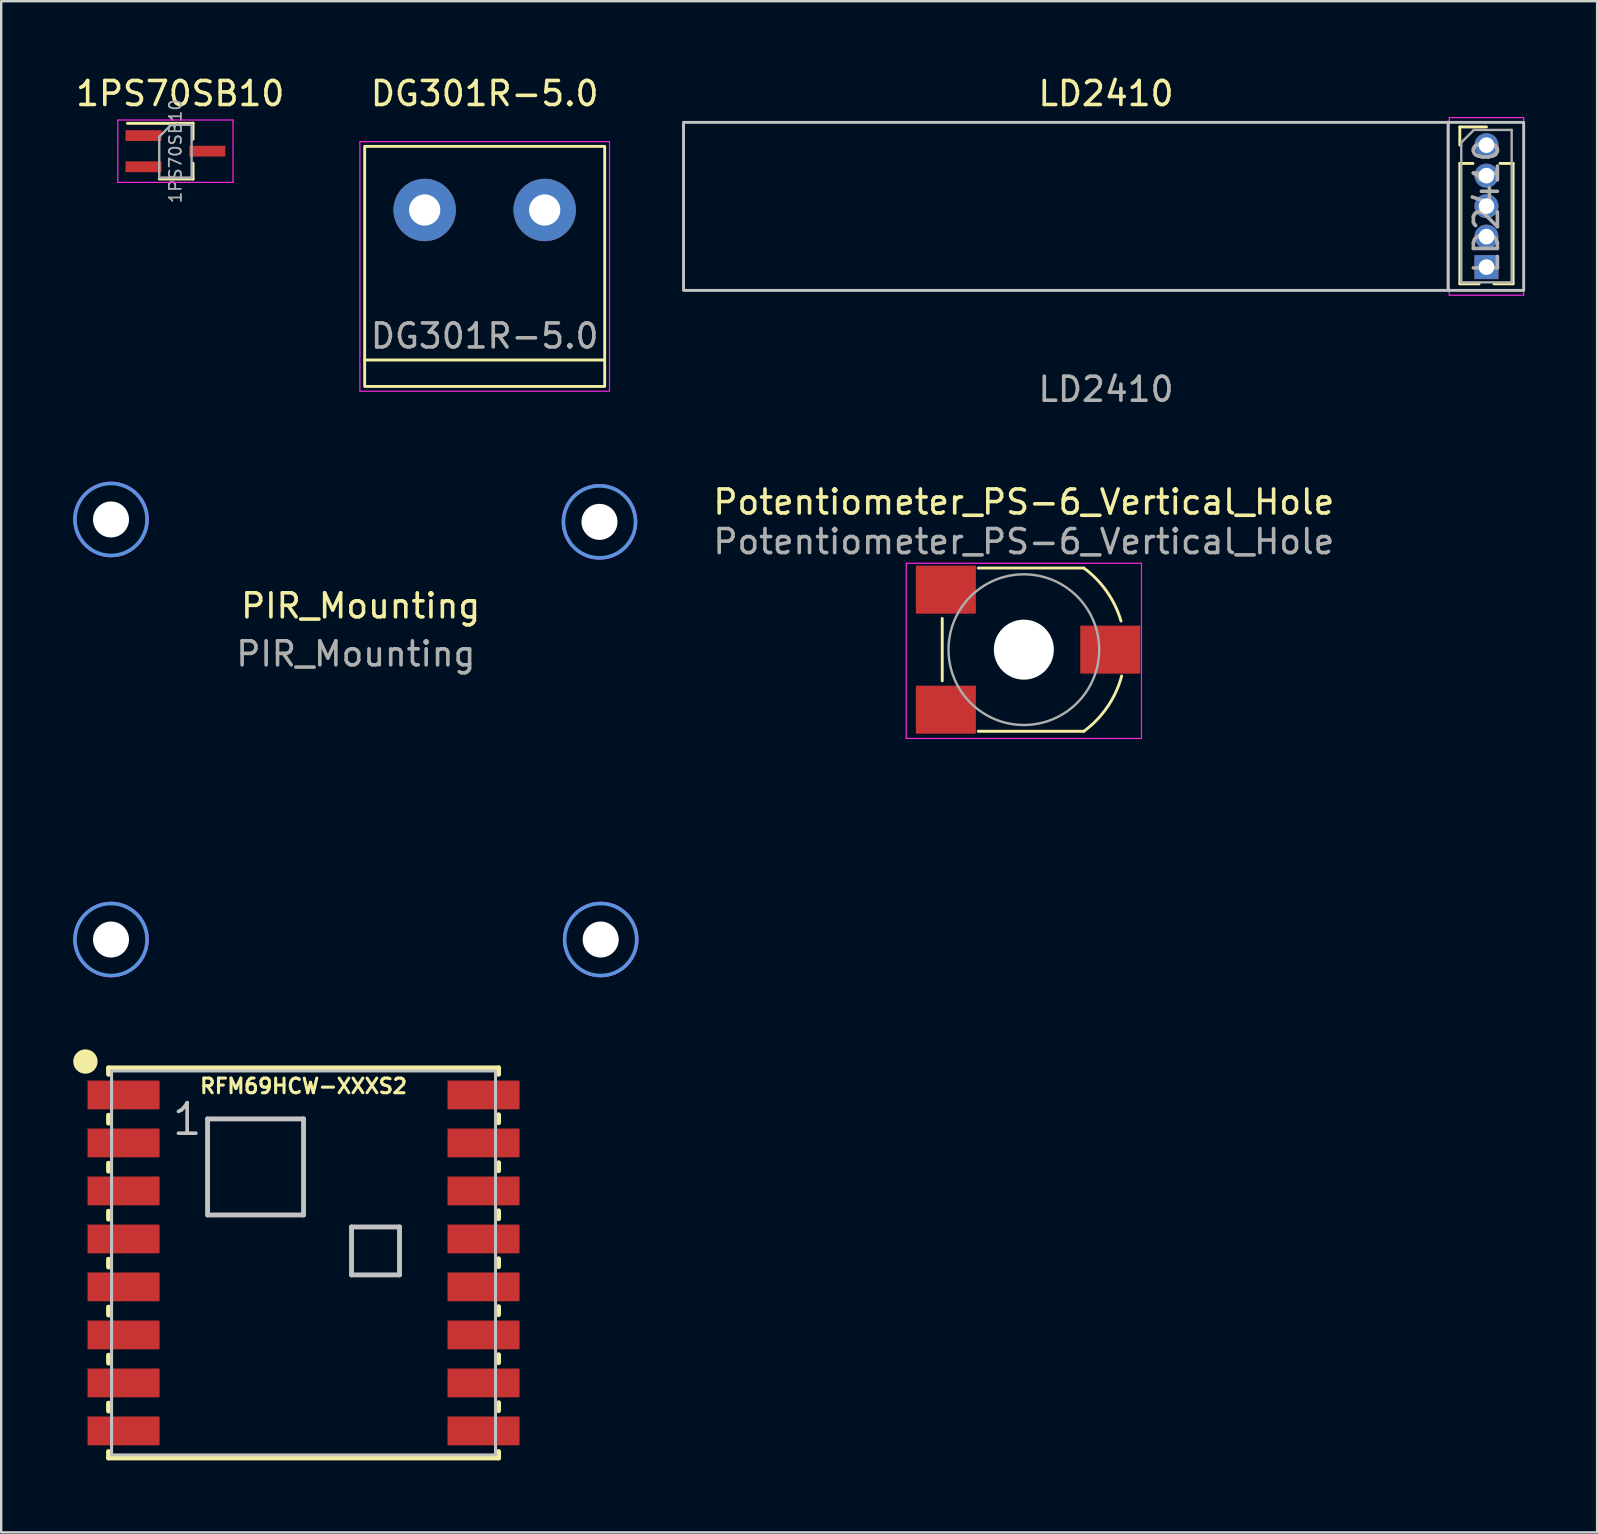
<source format=kicad_pcb>
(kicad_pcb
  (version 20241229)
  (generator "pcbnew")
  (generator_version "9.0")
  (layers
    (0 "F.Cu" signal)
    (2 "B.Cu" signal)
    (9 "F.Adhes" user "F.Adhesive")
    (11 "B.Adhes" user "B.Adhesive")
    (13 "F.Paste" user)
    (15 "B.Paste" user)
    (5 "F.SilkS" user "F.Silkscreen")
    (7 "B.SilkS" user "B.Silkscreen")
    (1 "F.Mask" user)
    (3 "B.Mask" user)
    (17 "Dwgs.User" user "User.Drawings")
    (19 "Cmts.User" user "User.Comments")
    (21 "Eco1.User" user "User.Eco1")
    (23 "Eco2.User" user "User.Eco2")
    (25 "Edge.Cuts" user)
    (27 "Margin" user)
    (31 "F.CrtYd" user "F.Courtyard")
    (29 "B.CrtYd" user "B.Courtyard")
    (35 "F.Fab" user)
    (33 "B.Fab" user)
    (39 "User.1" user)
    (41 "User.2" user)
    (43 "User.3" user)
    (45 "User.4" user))
  (footprint "DG301R-5.0"
    (layer "F.Cu")
    (at 17.142 8.048)
    (property "Reference" "DG301R-5.0" (at 0 -7.2 0) (unlocked yes) (layer "F.SilkS") (effects (font (size 1 1) (thickness 0.15))))
    (attr through_hole)
    (fp_line (start -5 3.9) (end 5 3.9) (stroke (width 0.12) (type solid)) (layer "F.SilkS"))
    (fp_rect (start 5 5) (end -5 -5) (stroke (width 0.12) (type solid)) (fill no) (layer "F.SilkS"))
    (fp_rect (start -5.2 -5.2) (end 5.2 5.2) (stroke (width 0.05) (type solid)) (fill no) (layer "F.CrtYd"))
    (fp_text user "${REFERENCE}" (at 0 2.9 0) (unlocked yes) (layer "F.Fab") (effects (font (size 1 1) (thickness 0.15))))
    (pad "1" thru_hole circle (at 2.5 -2.35 180) (size 2.6 2.6) (drill 1.3) (layers "*.Cu" "*.Mask"))
    (pad "2" thru_hole circle (at -2.5 -2.35 180) (size 2.6 2.6) (drill 1.3) (layers "*.Cu" "*.Mask")))
  (footprint "LD2410"
    (layer "F.Cu")
    (at 27.027 5.548)
    (property "Reference" "LD2410" (at 16 -4.7 0) (unlocked yes) (layer "F.SilkS") (effects (font (size 1 1) (thickness 0.15))))
    (attr through_hole)
    (fp_line (start 30.74 -3.31) (end 31.85 -3.31) (stroke (width 0.12) (type solid)) (layer "F.SilkS"))
    (fp_line (start 30.74 -2.55) (end 30.74 -3.31) (stroke (width 0.12) (type solid)) (layer "F.SilkS"))
    (fp_line (start 30.74 -1.79) (end 30.74 3.225) (stroke (width 0.12) (type solid)) (layer "F.SilkS"))
    (fp_line (start 30.74 -1.79) (end 31.287 -1.79) (stroke (width 0.12) (type solid)) (layer "F.SilkS"))
    (fp_line (start 30.74 3.225) (end 31.542 3.225) (stroke (width 0.12) (type solid)) (layer "F.SilkS"))
    (fp_line (start 32.158 3.225) (end 32.96 3.225) (stroke (width 0.12) (type solid)) (layer "F.SilkS"))
    (fp_line (start 32.413 -1.79) (end 32.96 -1.79) (stroke (width 0.12) (type solid)) (layer "F.SilkS"))
    (fp_line (start 32.96 -1.79) (end 32.96 3.225) (stroke (width 0.12) (type solid)) (layer "F.SilkS"))
    (fp_line (start 30.25 -3.51) (end 30.25 3.49) (stroke (width 0.12) (type solid)) (layer "Dwgs.User"))
    (fp_rect (start -1.6 -3.5) (end 33.4 3.5) (stroke (width 0.12) (type solid)) (fill no) (layer "Dwgs.User"))
    (fp_line (start 30.3 -3.7) (end 30.3 3.7) (stroke (width 0.05) (type solid)) (layer "F.CrtYd"))
    (fp_line (start 30.3 3.7) (end 33.4 3.7) (stroke (width 0.05) (type solid)) (layer "F.CrtYd"))
    (fp_line (start 33.4 -3.7) (end 30.3 -3.7) (stroke (width 0.05) (type solid)) (layer "F.CrtYd"))
    (fp_line (start 33.4 3.7) (end 33.4 -3.7) (stroke (width 0.05) (type solid)) (layer "F.CrtYd"))
    (fp_line (start 30.8 -2.66) (end 31.325 -3.185) (stroke (width 0.1) (type solid)) (layer "F.Fab"))
    (fp_line (start 30.8 3.165) (end 30.8 -2.66) (stroke (width 0.1) (type solid)) (layer "F.Fab"))
    (fp_line (start 31.325 -3.185) (end 32.9 -3.185) (stroke (width 0.1) (type solid)) (layer "F.Fab"))
    (fp_line (start 32.9 -3.185) (end 32.9 3.165) (stroke (width 0.1) (type solid)) (layer "F.Fab"))
    (fp_line (start 32.9 3.165) (end 30.8 3.165) (stroke (width 0.1) (type solid)) (layer "F.Fab"))
    (fp_text user "${REFERENCE}" (at 16 7.62 0) (unlocked yes) (layer "F.Fab") (effects (font (size 1 1) (thickness 0.15))))
    (fp_text user "${REFERENCE}" (at 31.85 -0.01 90) (layer "F.Fab") (effects (font (size 1 1) (thickness 0.15))))
    (pad "1" thru_hole circle (at 31.85 -2.55) (size 1 1) (drill 0.65) (layers "*.Cu" "*.Mask"))
    (pad "2" thru_hole oval (at 31.85 -1.28) (size 1 1) (drill 0.65) (layers "*.Cu" "*.Mask"))
    (pad "3" thru_hole oval (at 31.85 -0.01) (size 1 1) (drill 0.65) (layers "*.Cu" "*.Mask"))
    (pad "4" thru_hole oval (at 31.85 1.26) (size 1 1) (drill 0.65) (layers "*.Cu" "*.Mask"))
    (pad "5" thru_hole rect (at 31.85 2.53) (size 1 1) (drill 0.65) (layers "*.Cu" "*.Mask")))
  (footprint "Potentiometer_PS-6_Vertical_Hole"
    (layer "F.Cu")
    (at 39.604 24.015)
    (property "Reference" "Potentiometer_PS-6_Vertical_Hole" (at 0 -6.15 0) (layer "F.SilkS") (effects (font (size 1 1) (thickness 0.15))))
    (attr smd)
    (fp_line (start -3.4 -1.3) (end -3.4 1.3) (stroke (width 0.12) (type default)) (layer "F.SilkS"))
    (fp_line (start -1.9 -3.4) (end 2.5 -3.4) (stroke (width 0.12) (type default)) (layer "F.SilkS"))
    (fp_line (start -1.9 3.4) (end 2.5 3.4) (stroke (width 0.12) (type default)) (layer "F.SilkS"))
    (fp_arc (start 2.5 -3.4) (mid 3.455652 -2.422493) (end 4.048704 -1.190795) (stroke (width 0.12) (type default)) (layer "F.SilkS"))
    (fp_arc (start 4.076039 1.093572) (mid 3.48439 2.380971) (end 2.5 3.4) (stroke (width 0.12) (type default)) (layer "F.SilkS"))
    (fp_line (start -4.9 -3.6) (end -4.9 3.7) (stroke (width 0.05) (type solid)) (layer "F.CrtYd"))
    (fp_line (start -4.9 3.7) (end 4.9 3.7) (stroke (width 0.05) (type solid)) (layer "F.CrtYd"))
    (fp_line (start 4.9 -3.6) (end -4.9 -3.6) (stroke (width 0.05) (type solid)) (layer "F.CrtYd"))
    (fp_line (start 4.9 3.7) (end 4.9 -3.6) (stroke (width 0.05) (type solid)) (layer "F.CrtYd"))
    (fp_circle (center 0 0) (end 1.6 -2.7) (stroke (width 0.1) (type default)) (fill no) (layer "F.Fab"))
    (fp_text user "${REFERENCE}" (at 0 -4.5 180) (layer "F.Fab") (effects (font (size 1 1) (thickness 0.15))))
    (pad "" np_thru_hole circle (at 0 0) (size 2.5 2.5) (drill 2.5) (layers "*.Cu" "*.Mask"))
    (pad "1" smd rect (at -3.25 2.5) (size 2.5 2) (layers "F.Cu" "F.Mask" "F.Paste"))
    (pad "2" smd rect (at 3.6 0) (size 2.5 2) (layers "F.Cu" "F.Mask" "F.Paste"))
    (pad "3" smd rect (at -3.25 -2.5) (size 2.5 2) (layers "F.Cu" "F.Mask" "F.Paste")))
  (footprint "RFM69HCW-XXXS2"
    (layer "F.Cu")
    (at 9.596 49.564)
    (property "Reference" "RFM69HCW-XXXS2" (at 0 -7.366 0) (layer "F.SilkS") (effects (font (size 0.61 0.61) (thickness 0.127))))
    (attr smd)
    (fp_line (start -8.125 -8.125) (end 8.125 -8.125) (stroke (width 0.203) (type solid)) (layer "F.SilkS"))
    (fp_line (start -8.125 -7.859) (end -8.125 -8.125) (stroke (width 0.203) (type solid)) (layer "F.SilkS"))
    (fp_line (start -8.125 -5.824) (end -8.125 -6.154) (stroke (width 0.203) (type solid)) (layer "F.SilkS"))
    (fp_line (start -8.125 -3.825) (end -8.125 -4.155) (stroke (width 0.203) (type solid)) (layer "F.SilkS"))
    (fp_line (start -8.125 -1.824) (end -8.125 -2.154) (stroke (width 0.203) (type solid)) (layer "F.SilkS"))
    (fp_line (start -8.125 0.173) (end -8.125 -0.155) (stroke (width 0.203) (type solid)) (layer "F.SilkS"))
    (fp_line (start -8.125 2.172) (end -8.125 1.841) (stroke (width 0.203) (type solid)) (layer "F.SilkS"))
    (fp_line (start -8.125 4.173) (end -8.125 3.843) (stroke (width 0.203) (type solid)) (layer "F.SilkS"))
    (fp_line (start -8.125 6.172) (end -8.125 5.842) (stroke (width 0.203) (type solid)) (layer "F.SilkS"))
    (fp_line (start -8.125 8.125) (end -8.125 7.859) (stroke (width 0.203) (type solid)) (layer "F.SilkS"))
    (fp_line (start 8.125 -8.125) (end 8.125 -7.859) (stroke (width 0.203) (type solid)) (layer "F.SilkS"))
    (fp_line (start 8.125 -6.172) (end 8.125 -5.842) (stroke (width 0.203) (type solid)) (layer "F.SilkS"))
    (fp_line (start 8.125 -4.173) (end 8.125 -3.843) (stroke (width 0.203) (type solid)) (layer "F.SilkS"))
    (fp_line (start 8.125 -2.172) (end 8.125 -1.841) (stroke (width 0.203) (type solid)) (layer "F.SilkS"))
    (fp_line (start 8.125 -0.173) (end 8.125 0.155) (stroke (width 0.203) (type solid)) (layer "F.SilkS"))
    (fp_line (start 8.125 1.824) (end 8.125 2.154) (stroke (width 0.203) (type solid)) (layer "F.SilkS"))
    (fp_line (start 8.125 3.825) (end 8.125 4.155) (stroke (width 0.203) (type solid)) (layer "F.SilkS"))
    (fp_line (start 8.125 5.824) (end 8.125 6.154) (stroke (width 0.203) (type solid)) (layer "F.SilkS"))
    (fp_line (start 8.125 7.859) (end 8.125 8.125) (stroke (width 0.203) (type solid)) (layer "F.SilkS"))
    (fp_line (start 8.125 8.125) (end -8.125 8.125) (stroke (width 0.203) (type solid)) (layer "F.SilkS"))
    (fp_circle (center -9.088 -8.39) (end -9.088 -8.898) (stroke (width 0) (type solid)) (fill yes) (layer "F.SilkS"))
    (fp_line (start -7.998 -7.998) (end -7.998 7.998) (stroke (width 0.127) (type solid)) (layer "Dwgs.User"))
    (fp_line (start -7.998 7.998) (end 7.998 7.998) (stroke (width 0.127) (type solid)) (layer "Dwgs.User"))
    (fp_line (start -3.998 -5.999) (end -3.998 -1.999) (stroke (width 0.203) (type solid)) (layer "Dwgs.User"))
    (fp_line (start -3.998 -1.999) (end 0 -1.999) (stroke (width 0.203) (type solid)) (layer "Dwgs.User"))
    (fp_line (start 0 -5.999) (end -3.998 -5.999) (stroke (width 0.203) (type solid)) (layer "Dwgs.User"))
    (fp_line (start 0 -1.999) (end 0 -5.999) (stroke (width 0.203) (type solid)) (layer "Dwgs.User"))
    (fp_line (start 1.999 0.498) (end 1.999 -1.499) (stroke (width 0.203) (type solid)) (layer "Dwgs.User"))
    (fp_line (start 3.998 -1.499) (end 1.999 -1.499) (stroke (width 0.203) (type solid)) (layer "Dwgs.User"))
    (fp_line (start 3.998 0.498) (end 1.999 0.498) (stroke (width 0.203) (type solid)) (layer "Dwgs.User"))
    (fp_line (start 3.998 0.498) (end 3.998 -1.499) (stroke (width 0.203) (type solid)) (layer "Dwgs.User"))
    (fp_line (start 7.998 -7.998) (end -7.998 -7.998) (stroke (width 0.127) (type solid)) (layer "Dwgs.User"))
    (fp_line (start 7.998 7.998) (end 7.998 -7.998) (stroke (width 0.127) (type solid)) (layer "Dwgs.User"))
    (fp_text user "1" (at -4.849 -5.984 0) (layer "Dwgs.User") (effects (font (size 1.27 1.27) (thickness 0.152))))
    (pad "1" smd rect (at -7.498 -6.998) (size 3 1.199) (layers "F.Cu" "F.Mask" "F.Paste"))
    (pad "2" smd rect (at -7.498 -4.999) (size 3 1.199) (layers "F.Cu" "F.Mask" "F.Paste"))
    (pad "3" smd rect (at -7.498 -3) (size 3 1.199) (layers "F.Cu" "F.Mask" "F.Paste"))
    (pad "4" smd rect (at -7.498 -0.998) (size 3 1.199) (layers "F.Cu" "F.Mask" "F.Paste"))
    (pad "5" smd rect (at -7.498 0.998) (size 3 1.199) (layers "F.Cu" "F.Mask" "F.Paste"))
    (pad "6" smd rect (at -7.498 3) (size 3 1.199) (layers "F.Cu" "F.Mask" "F.Paste"))
    (pad "7" smd rect (at -7.498 4.999) (size 3 1.199) (layers "F.Cu" "F.Mask" "F.Paste"))
    (pad "8" smd rect (at -7.498 6.998) (size 3 1.199) (layers "F.Cu" "F.Mask" "F.Paste"))
    (pad "9" smd rect (at 7.498 6.998) (size 3 1.199) (layers "F.Cu" "F.Mask" "F.Paste"))
    (pad "10" smd rect (at 7.498 4.999) (size 3 1.199) (layers "F.Cu" "F.Mask" "F.Paste"))
    (pad "11" smd rect (at 7.498 3) (size 3 1.199) (layers "F.Cu" "F.Mask" "F.Paste"))
    (pad "12" smd rect (at 7.498 0.998) (size 3 1.199) (layers "F.Cu" "F.Mask" "F.Paste"))
    (pad "13" smd rect (at 7.498 -0.998) (size 3 1.199) (layers "F.Cu" "F.Mask" "F.Paste"))
    (pad "14" smd rect (at 7.498 -3) (size 3 1.199) (layers "F.Cu" "F.Mask" "F.Paste"))
    (pad "15" smd rect (at 7.498 -4.999) (size 3 1.199) (layers "F.Cu" "F.Mask" "F.Paste"))
    (pad "16" smd rect (at 7.498 -6.998) (size 3 1.199) (layers "F.Cu" "F.Mask" "F.Paste")))
  (footprint "1PS70SB10"
    (layer "F.Cu")
    (at 4.293 3.248)
    (property "Reference" "1PS70SB10" (at 0.165 -2.4 0) (unlocked yes) (layer "F.SilkS") (effects (font (size 1 1) (thickness 0.15))))
    (attr smd)
    (fp_line (start -0.71 1.16) (end 0.7 1.16) (stroke (width 0.12) (type solid)) (layer "F.SilkS"))
    (fp_line (start 0.7 -1.17) (end 0.7 -0.5) (stroke (width 0.12) (type solid)) (layer "F.SilkS"))
    (fp_line (start 0.7 -1.16) (end -2.035 -1.16) (stroke (width 0.12) (type solid)) (layer "F.SilkS"))
    (fp_line (start 0.7 0.5) (end 0.7 1.16) (stroke (width 0.12) (type solid)) (layer "F.SilkS"))
    (fp_line (start -2.435 -1.3) (end 2.365 -1.3) (stroke (width 0.05) (type solid)) (layer "F.CrtYd"))
    (fp_line (start -2.435 1.3) (end -2.435 -1.3) (stroke (width 0.05) (type solid)) (layer "F.CrtYd"))
    (fp_line (start 2.365 -1.3) (end 2.365 1.3) (stroke (width 0.05) (type solid)) (layer "F.CrtYd"))
    (fp_line (start 2.365 1.3) (end -2.435 1.3) (stroke (width 0.05) (type solid)) (layer "F.CrtYd"))
    (fp_line (start -0.71 -0.6) (end -0.71 1.1) (stroke (width 0.1) (type solid)) (layer "F.Fab"))
    (fp_line (start -0.21 -1.1) (end -0.71 -0.6) (stroke (width 0.1) (type solid)) (layer "F.Fab"))
    (fp_line (start 0.64 -1.1) (end -0.21 -1.1) (stroke (width 0.1) (type solid)) (layer "F.Fab"))
    (fp_line (start 0.64 -1.1) (end 0.64 1.1) (stroke (width 0.1) (type solid)) (layer "F.Fab"))
    (fp_line (start 0.64 1.1) (end -0.71 1.1) (stroke (width 0.1) (type solid)) (layer "F.Fab"))
    (fp_text user "${REFERENCE}" (at -0.035 0 90) (layer "F.Fab") (effects (font (size 0.5 0.5) (thickness 0.075))))
    (pad "1" smd rect (at -1.365 -0.65 270) (size 0.45 1.5) (layers "F.Cu" "F.Mask" "F.Paste"))
    (pad "2" smd rect (at 1.295 0 270) (size 0.45 1.5) (layers "F.Cu" "F.Mask" "F.Paste"))
    (pad "3" smd rect (at -1.365 0.65 270) (size 0.45 1.5) (layers "F.Cu" "F.Mask" "F.Paste")))
  (footprint "PIR_Mounting"
    (layer "F.Cu")
    (at 11.775 27.291)
    (property "Reference" "PIR_Mounting" (at 0.2 -5.1 0) (layer "F.SilkS") (effects (font (size 1 1) (thickness 0.15))))
    (attr exclude_from_pos_files exclude_from_bom)
    (fp_circle (center -10.2 -8.7) (end -8.7 -8.7) (stroke (width 0.15) (type solid)) (fill no) (layer "Cmts.User"))
    (fp_circle (center -10.2 8.8) (end -8.7 8.8) (stroke (width 0.15) (type solid)) (fill no) (layer "Cmts.User"))
    (fp_circle (center 10.15 -8.6) (end 11.65 -8.6) (stroke (width 0.15) (type solid)) (fill no) (layer "Cmts.User"))
    (fp_circle (center 10.2 8.8) (end 11.7 8.8) (stroke (width 0.15) (type solid)) (fill no) (layer "Cmts.User"))
    (fp_circle (center -10.2 -8.7) (end -8.65 -8.7) (stroke (width 0.05) (type solid)) (fill no) (layer "F.CrtYd"))
    (fp_circle (center -10.2 8.8) (end -8.65 8.8) (stroke (width 0.05) (type solid)) (fill no) (layer "F.CrtYd"))
    (fp_circle (center 10.15 -8.6) (end 11.7 -8.6) (stroke (width 0.05) (type solid)) (fill no) (layer "F.CrtYd"))
    (fp_circle (center 10.2 8.8) (end 11.75 8.8) (stroke (width 0.05) (type solid)) (fill no) (layer "F.CrtYd"))
    (fp_text user "${REFERENCE}" (at 0 -3.1 0) (layer "F.Fab") (effects (font (size 1 1) (thickness 0.15))))
    (pad "" np_thru_hole circle (at -10.2 -8.7) (size 1.5 1.5) (drill 1.5) (layers "*.Cu" "*.Mask"))
    (pad "" np_thru_hole circle (at -10.2 8.8) (size 1.5 1.5) (drill 1.5) (layers "*.Cu" "*.Mask"))
    (pad "" np_thru_hole circle (at 10.15 -8.6) (size 1.5 1.5) (drill 1.5) (layers "*.Cu" "*.Mask"))
    (pad "" np_thru_hole circle (at 10.2 8.8) (size 1.5 1.5) (drill 1.5) (layers "*.Cu" "*.Mask")))
  (gr_rect
    (start -3 -3)
    (end 63.487 60.791)
    (stroke (width 0.1) (type default))
    (fill no)
    (layer "Edge.Cuts")))
</source>
